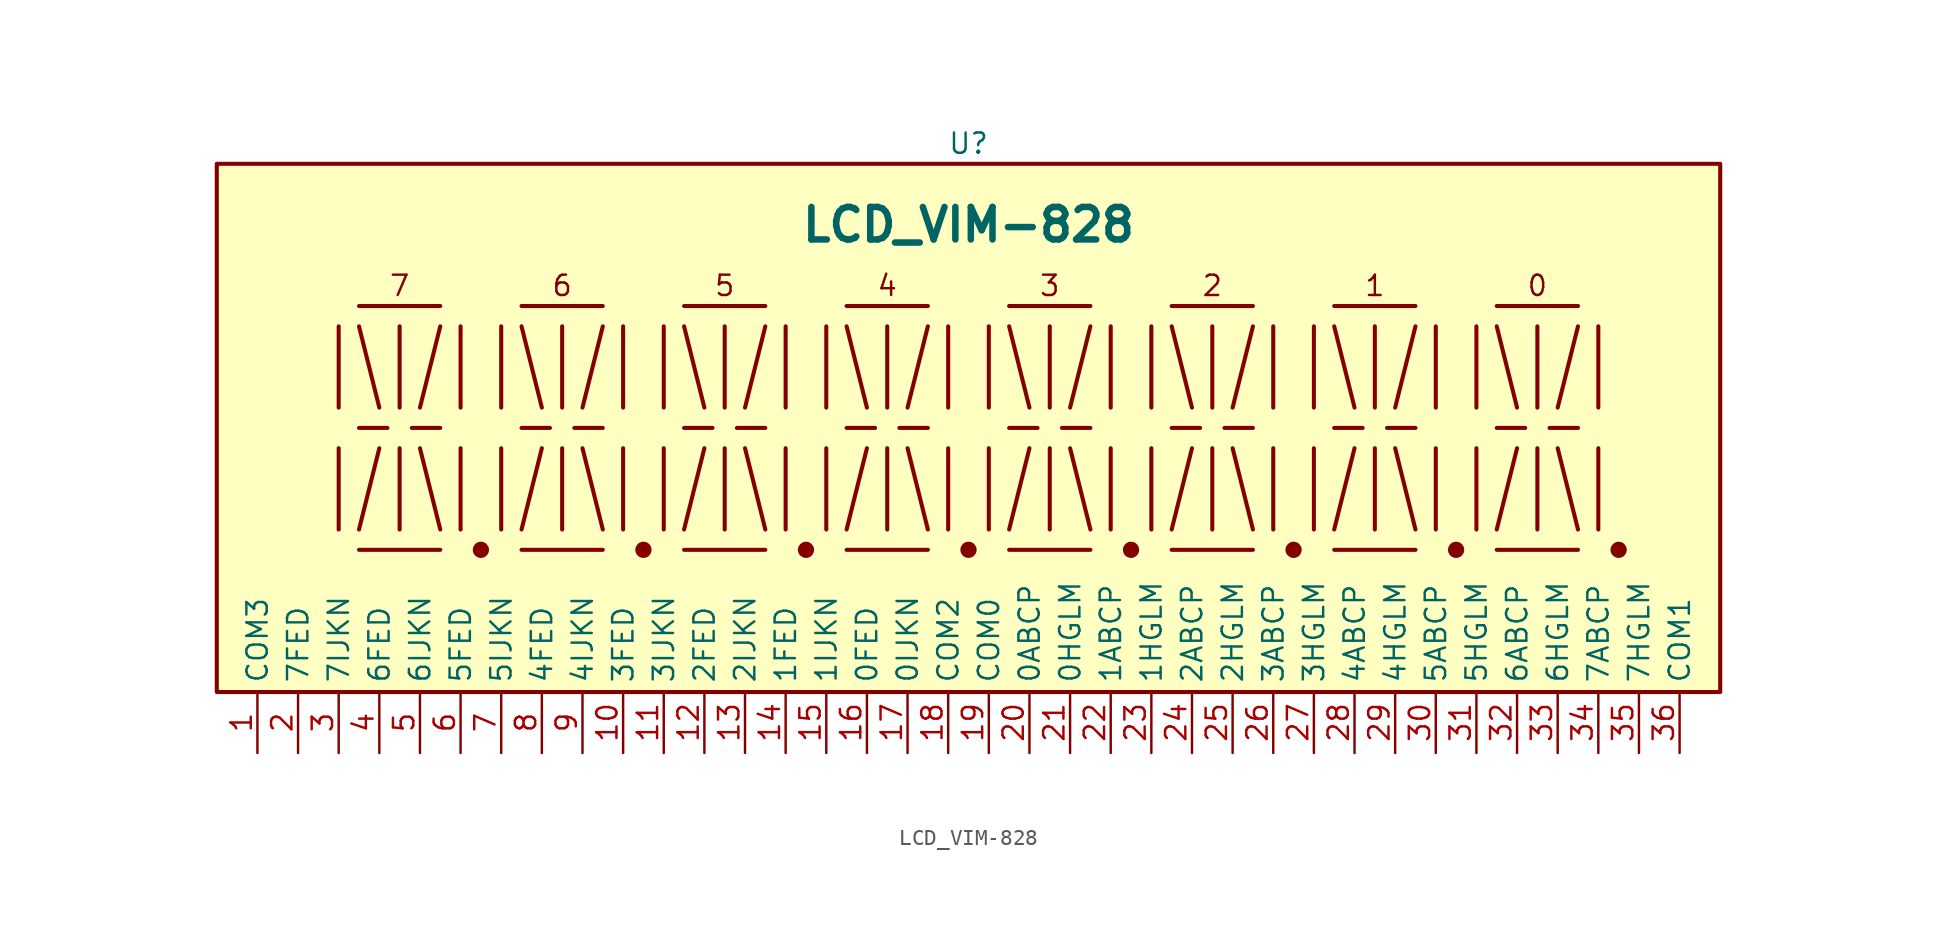
<source format=kicad_sym>
(kicad_symbol_lib
  (version 20231120)
  (generator "kicad_symbol_editor")
  (generator_version "8.0")
  (symbol "LCD_VIM-828"
    (property "Reference" "U"
      (at 0 17.78 0)
      (effects (font (size 1.27 1.27))))
    (property "Value" "LCD_VIM-828"
      (at 0 12.7 0)
      (effects (font (size 2.032 2.032) (bold yes))))
    (symbol "LCD_VIM-828_0_0"
      (text "0" (at 35.56 8.89 0) (effects (font (size 1.27 1.27)))))
    (symbol "LCD_VIM-828_0_1"
      (rectangle (start -46.99 16.51) (end 46.99 -16.51) (stroke (width 0.254) (type default)) (fill (type background))))
    (symbol "LCD_VIM-828_1_0"
      (circle (center -30.48 -7.62) (radius 0.0001) (stroke (width 0.508) (type default)) (fill (type none)))
      (circle (center -20.32 -7.62) (radius 0.0001) (stroke (width 0.508) (type default)) (fill (type none)))
      (circle (center -10.16 -7.62) (radius 0.0001) (stroke (width 0.508) (type default)) (fill (type none)))
      (circle (center 0 -7.62) (radius 0.0001) (stroke (width 0.508) (type default)) (fill (type none)))
      (polyline (pts (xy -39.37 -1.27) (xy -39.37 -6.35)) (stroke (width 0.254) (type default)) (fill (type none)))
      (polyline (pts (xy -39.37 6.35) (xy -39.37 1.27)) (stroke (width 0.254) (type default)) (fill (type none)))
      (polyline (pts (xy -38.1 -7.62) (xy -33.02 -7.62)) (stroke (width 0.254) (type default)) (fill (type none)))
      (polyline (pts (xy -38.1 0) (xy -36.322 0)) (stroke (width 0.254) (type default)) (fill (type none)))
      (polyline (pts (xy -38.1 6.35) (xy -36.83 1.27)) (stroke (width 0.254) (type default)) (fill (type none)))
      (polyline (pts (xy -38.1 7.62) (xy -33.02 7.62)) (stroke (width 0.254) (type default)) (fill (type none)))
      (polyline (pts (xy -36.83 -1.27) (xy -38.1 -6.35)) (stroke (width 0.254) (type default)) (fill (type none)))
      (polyline (pts (xy -35.56 -1.27) (xy -35.56 -6.35)) (stroke (width 0.254) (type default)) (fill (type none)))
      (polyline (pts (xy -35.56 6.35) (xy -35.56 1.27)) (stroke (width 0.254) (type default)) (fill (type none)))
      (polyline (pts (xy -34.798 0) (xy -33.02 0)) (stroke (width 0.254) (type default)) (fill (type none)))
      (polyline (pts (xy -34.29 -1.27) (xy -33.02 -6.35)) (stroke (width 0.254) (type default)) (fill (type none)))
      (polyline (pts (xy -34.29 1.27) (xy -33.02 6.35)) (stroke (width 0.254) (type default)) (fill (type none)))
      (polyline (pts (xy -31.75 -1.27) (xy -31.75 -6.35)) (stroke (width 0.254) (type default)) (fill (type none)))
      (polyline (pts (xy -31.75 6.35) (xy -31.75 1.27)) (stroke (width 0.254) (type default)) (fill (type none)))
      (polyline (pts (xy -29.21 -1.27) (xy -29.21 -6.35)) (stroke (width 0.254) (type default)) (fill (type none)))
      (polyline (pts (xy -29.21 6.35) (xy -29.21 1.27)) (stroke (width 0.254) (type default)) (fill (type none)))
      (polyline (pts (xy -27.94 -7.62) (xy -22.86 -7.62)) (stroke (width 0.254) (type default)) (fill (type none)))
      (polyline (pts (xy -27.94 0) (xy -26.162 0)) (stroke (width 0.254) (type default)) (fill (type none)))
      (polyline (pts (xy -27.94 6.35) (xy -26.67 1.27)) (stroke (width 0.254) (type default)) (fill (type none)))
      (polyline (pts (xy -27.94 7.62) (xy -22.86 7.62)) (stroke (width 0.254) (type default)) (fill (type none)))
      (polyline (pts (xy -26.67 -1.27) (xy -27.94 -6.35)) (stroke (width 0.254) (type default)) (fill (type none)))
      (polyline (pts (xy -25.4 -1.27) (xy -25.4 -6.35)) (stroke (width 0.254) (type default)) (fill (type none)))
      (polyline (pts (xy -25.4 6.35) (xy -25.4 1.27)) (stroke (width 0.254) (type default)) (fill (type none)))
      (polyline (pts (xy -24.638 0) (xy -22.86 0)) (stroke (width 0.254) (type default)) (fill (type none)))
      (polyline (pts (xy -24.13 -1.27) (xy -22.86 -6.35)) (stroke (width 0.254) (type default)) (fill (type none)))
      (polyline (pts (xy -24.13 1.27) (xy -22.86 6.35)) (stroke (width 0.254) (type default)) (fill (type none)))
      (polyline (pts (xy -21.59 -1.27) (xy -21.59 -6.35)) (stroke (width 0.254) (type default)) (fill (type none)))
      (polyline (pts (xy -21.59 6.35) (xy -21.59 1.27)) (stroke (width 0.254) (type default)) (fill (type none)))
      (polyline (pts (xy -19.05 -1.27) (xy -19.05 -6.35)) (stroke (width 0.254) (type default)) (fill (type none)))
      (polyline (pts (xy -19.05 6.35) (xy -19.05 1.27)) (stroke (width 0.254) (type default)) (fill (type none)))
      (polyline (pts (xy -17.78 -7.62) (xy -12.7 -7.62)) (stroke (width 0.254) (type default)) (fill (type none)))
      (polyline (pts (xy -17.78 0) (xy -16.002 0)) (stroke (width 0.254) (type default)) (fill (type none)))
      (polyline (pts (xy -17.78 6.35) (xy -16.51 1.27)) (stroke (width 0.254) (type default)) (fill (type none)))
      (polyline (pts (xy -17.78 7.62) (xy -12.7 7.62)) (stroke (width 0.254) (type default)) (fill (type none)))
      (polyline (pts (xy -16.51 -1.27) (xy -17.78 -6.35)) (stroke (width 0.254) (type default)) (fill (type none)))
      (polyline (pts (xy -15.24 -1.27) (xy -15.24 -6.35)) (stroke (width 0.254) (type default)) (fill (type none)))
      (polyline (pts (xy -15.24 6.35) (xy -15.24 1.27)) (stroke (width 0.254) (type default)) (fill (type none)))
      (polyline (pts (xy -14.478 0) (xy -12.7 0)) (stroke (width 0.254) (type default)) (fill (type none)))
      (polyline (pts (xy -13.97 -1.27) (xy -12.7 -6.35)) (stroke (width 0.254) (type default)) (fill (type none)))
      (polyline (pts (xy -13.97 1.27) (xy -12.7 6.35)) (stroke (width 0.254) (type default)) (fill (type none)))
      (polyline (pts (xy -11.43 -1.27) (xy -11.43 -6.35)) (stroke (width 0.254) (type default)) (fill (type none)))
      (polyline (pts (xy -11.43 6.35) (xy -11.43 1.27)) (stroke (width 0.254) (type default)) (fill (type none)))
      (polyline (pts (xy -8.89 -1.27) (xy -8.89 -6.35)) (stroke (width 0.254) (type default)) (fill (type none)))
      (polyline (pts (xy -8.89 6.35) (xy -8.89 1.27)) (stroke (width 0.254) (type default)) (fill (type none)))
      (polyline (pts (xy -7.62 -7.62) (xy -2.54 -7.62)) (stroke (width 0.254) (type default)) (fill (type none)))
      (polyline (pts (xy -7.62 0) (xy -5.842 0)) (stroke (width 0.254) (type default)) (fill (type none)))
      (polyline (pts (xy -7.62 6.35) (xy -6.35 1.27)) (stroke (width 0.254) (type default)) (fill (type none)))
      (polyline (pts (xy -7.62 7.62) (xy -2.54 7.62)) (stroke (width 0.254) (type default)) (fill (type none)))
      (polyline (pts (xy -6.35 -1.27) (xy -7.62 -6.35)) (stroke (width 0.254) (type default)) (fill (type none)))
      (polyline (pts (xy -5.08 -1.27) (xy -5.08 -6.35)) (stroke (width 0.254) (type default)) (fill (type none)))
      (polyline (pts (xy -5.08 6.35) (xy -5.08 1.27)) (stroke (width 0.254) (type default)) (fill (type none)))
      (polyline (pts (xy -4.318 0) (xy -2.54 0)) (stroke (width 0.254) (type default)) (fill (type none)))
      (polyline (pts (xy -3.81 -1.27) (xy -2.54 -6.35)) (stroke (width 0.254) (type default)) (fill (type none)))
      (polyline (pts (xy -3.81 1.27) (xy -2.54 6.35)) (stroke (width 0.254) (type default)) (fill (type none)))
      (polyline (pts (xy -1.27 -1.27) (xy -1.27 -6.35)) (stroke (width 0.254) (type default)) (fill (type none)))
      (polyline (pts (xy -1.27 6.35) (xy -1.27 1.27)) (stroke (width 0.254) (type default)) (fill (type none)))
      (polyline (pts (xy 1.27 -1.27) (xy 1.27 -6.35)) (stroke (width 0.254) (type default)) (fill (type none)))
      (polyline (pts (xy 1.27 6.35) (xy 1.27 1.27)) (stroke (width 0.254) (type default)) (fill (type none)))
      (polyline (pts (xy 2.54 -7.62) (xy 7.62 -7.62)) (stroke (width 0.254) (type default)) (fill (type none)))
      (polyline (pts (xy 2.54 0) (xy 4.318 0)) (stroke (width 0.254) (type default)) (fill (type none)))
      (polyline (pts (xy 2.54 6.35) (xy 3.81 1.27)) (stroke (width 0.254) (type default)) (fill (type none)))
      (polyline (pts (xy 2.54 7.62) (xy 7.62 7.62)) (stroke (width 0.254) (type default)) (fill (type none)))
      (polyline (pts (xy 3.81 -1.27) (xy 2.54 -6.35)) (stroke (width 0.254) (type default)) (fill (type none)))
      (polyline (pts (xy 5.08 -1.27) (xy 5.08 -6.35)) (stroke (width 0.254) (type default)) (fill (type none)))
      (polyline (pts (xy 5.08 6.35) (xy 5.08 1.27)) (stroke (width 0.254) (type default)) (fill (type none)))
      (polyline (pts (xy 5.842 0) (xy 7.62 0)) (stroke (width 0.254) (type default)) (fill (type none)))
      (polyline (pts (xy 6.35 -1.27) (xy 7.62 -6.35)) (stroke (width 0.254) (type default)) (fill (type none)))
      (polyline (pts (xy 6.35 1.27) (xy 7.62 6.35)) (stroke (width 0.254) (type default)) (fill (type none)))
      (polyline (pts (xy 8.89 -1.27) (xy 8.89 -6.35)) (stroke (width 0.254) (type default)) (fill (type none)))
      (polyline (pts (xy 8.89 6.35) (xy 8.89 1.27)) (stroke (width 0.254) (type default)) (fill (type none)))
      (polyline (pts (xy 11.43 -1.27) (xy 11.43 -6.35)) (stroke (width 0.254) (type default)) (fill (type none)))
      (polyline (pts (xy 11.43 6.35) (xy 11.43 1.27)) (stroke (width 0.254) (type default)) (fill (type none)))
      (polyline (pts (xy 12.7 -7.62) (xy 17.78 -7.62)) (stroke (width 0.254) (type default)) (fill (type none)))
      (polyline (pts (xy 12.7 0) (xy 14.478 0)) (stroke (width 0.254) (type default)) (fill (type none)))
      (polyline (pts (xy 12.7 6.35) (xy 13.97 1.27)) (stroke (width 0.254) (type default)) (fill (type none)))
      (polyline (pts (xy 12.7 7.62) (xy 17.78 7.62)) (stroke (width 0.254) (type default)) (fill (type none)))
      (polyline (pts (xy 13.97 -1.27) (xy 12.7 -6.35)) (stroke (width 0.254) (type default)) (fill (type none)))
      (polyline (pts (xy 15.24 -1.27) (xy 15.24 -6.35)) (stroke (width 0.254) (type default)) (fill (type none)))
      (polyline (pts (xy 15.24 6.35) (xy 15.24 1.27)) (stroke (width 0.254) (type default)) (fill (type none)))
      (polyline (pts (xy 16.002 0) (xy 17.78 0)) (stroke (width 0.254) (type default)) (fill (type none)))
      (polyline (pts (xy 16.51 -1.27) (xy 17.78 -6.35)) (stroke (width 0.254) (type default)) (fill (type none)))
      (polyline (pts (xy 16.51 1.27) (xy 17.78 6.35)) (stroke (width 0.254) (type default)) (fill (type none)))
      (polyline (pts (xy 19.05 -1.27) (xy 19.05 -6.35)) (stroke (width 0.254) (type default)) (fill (type none)))
      (polyline (pts (xy 19.05 6.35) (xy 19.05 1.27)) (stroke (width 0.254) (type default)) (fill (type none)))
      (polyline (pts (xy 21.59 -1.27) (xy 21.59 -6.35)) (stroke (width 0.254) (type default)) (fill (type none)))
      (polyline (pts (xy 21.59 6.35) (xy 21.59 1.27)) (stroke (width 0.254) (type default)) (fill (type none)))
      (polyline (pts (xy 22.86 -7.62) (xy 27.94 -7.62)) (stroke (width 0.254) (type default)) (fill (type none)))
      (polyline (pts (xy 22.86 0) (xy 24.638 0)) (stroke (width 0.254) (type default)) (fill (type none)))
      (polyline (pts (xy 22.86 6.35) (xy 24.13 1.27)) (stroke (width 0.254) (type default)) (fill (type none)))
      (polyline (pts (xy 22.86 7.62) (xy 27.94 7.62)) (stroke (width 0.254) (type default)) (fill (type none)))
      (polyline (pts (xy 24.13 -1.27) (xy 22.86 -6.35)) (stroke (width 0.254) (type default)) (fill (type none)))
      (polyline (pts (xy 25.4 -1.27) (xy 25.4 -6.35)) (stroke (width 0.254) (type default)) (fill (type none)))
      (polyline (pts (xy 25.4 6.35) (xy 25.4 1.27)) (stroke (width 0.254) (type default)) (fill (type none)))
      (polyline (pts (xy 26.162 0) (xy 27.94 0)) (stroke (width 0.254) (type default)) (fill (type none)))
      (polyline (pts (xy 26.67 -1.27) (xy 27.94 -6.35)) (stroke (width 0.254) (type default)) (fill (type none)))
      (polyline (pts (xy 26.67 1.27) (xy 27.94 6.35)) (stroke (width 0.254) (type default)) (fill (type none)))
      (polyline (pts (xy 29.21 -1.27) (xy 29.21 -6.35)) (stroke (width 0.254) (type default)) (fill (type none)))
      (polyline (pts (xy 29.21 6.35) (xy 29.21 1.27)) (stroke (width 0.254) (type default)) (fill (type none)))
      (polyline (pts (xy 31.75 -1.27) (xy 31.75 -6.35)) (stroke (width 0.254) (type default)) (fill (type none)))
      (polyline (pts (xy 31.75 6.35) (xy 31.75 1.27)) (stroke (width 0.254) (type default)) (fill (type none)))
      (polyline (pts (xy 33.02 -7.62) (xy 38.1 -7.62)) (stroke (width 0.254) (type default)) (fill (type none)))
      (polyline (pts (xy 33.02 0) (xy 34.798 0)) (stroke (width 0.254) (type default)) (fill (type none)))
      (polyline (pts (xy 33.02 6.35) (xy 34.29 1.27)) (stroke (width 0.254) (type default)) (fill (type none)))
      (polyline (pts (xy 33.02 7.62) (xy 38.1 7.62)) (stroke (width 0.254) (type default)) (fill (type none)))
      (polyline (pts (xy 34.29 -1.27) (xy 33.02 -6.35)) (stroke (width 0.254) (type default)) (fill (type none)))
      (polyline (pts (xy 35.56 -1.27) (xy 35.56 -6.35)) (stroke (width 0.254) (type default)) (fill (type none)))
      (polyline (pts (xy 35.56 6.35) (xy 35.56 1.27)) (stroke (width 0.254) (type default)) (fill (type none)))
      (polyline (pts (xy 36.322 0) (xy 38.1 0)) (stroke (width 0.254) (type default)) (fill (type none)))
      (polyline (pts (xy 36.83 -1.27) (xy 38.1 -6.35)) (stroke (width 0.254) (type default)) (fill (type none)))
      (polyline (pts (xy 36.83 1.27) (xy 38.1 6.35)) (stroke (width 0.254) (type default)) (fill (type none)))
      (polyline (pts (xy 39.37 -1.27) (xy 39.37 -6.35)) (stroke (width 0.254) (type default)) (fill (type none)))
      (polyline (pts (xy 39.37 6.35) (xy 39.37 1.27)) (stroke (width 0.254) (type default)) (fill (type none)))
      (circle (center 10.16 -7.62) (radius 0.0001) (stroke (width 0.508) (type default)) (fill (type none)))
      (circle (center 20.32 -7.62) (radius 0.0001) (stroke (width 0.508) (type default)) (fill (type none)))
      (circle (center 30.48 -7.62) (radius 0.0001) (stroke (width 0.508) (type default)) (fill (type none)))
      (circle (center 40.64 -7.62) (radius 0.0001) (stroke (width 0.508) (type default)) (fill (type none)))
      (text "1" (at 25.4 8.89 0) (effects (font (size 1.27 1.27))))
      (text "2" (at 15.24 8.89 0) (effects (font (size 1.27 1.27))))
      (text "3" (at 5.08 8.89 0) (effects (font (size 1.27 1.27))))
      (text "4" (at -5.08 8.89 0) (effects (font (size 1.27 1.27))))
      (text "5" (at -15.24 8.89 0) (effects (font (size 1.27 1.27))))
      (text "6" (at -25.4 8.89 0) (effects (font (size 1.27 1.27))))
      (text "7" (at -35.56 8.89 0) (effects (font (size 1.27 1.27)))))
    (symbol "LCD_VIM-828_1_1"
      (pin passive line (at -44.45 -20.32 90) (length 3.81) (name "COM3" (effects (font (size 1.27 1.27)))) (number "1" (effects (font (size 1.27 1.27)))))
      (pin passive line (at -21.59 -20.32 90) (length 3.81) (name "3FED" (effects (font (size 1.27 1.27)))) (number "10" (effects (font (size 1.27 1.27)))))
      (pin passive line (at -19.05 -20.32 90) (length 3.81) (name "3IJKN" (effects (font (size 1.27 1.27)))) (number "11" (effects (font (size 1.27 1.27)))))
      (pin passive line (at -16.51 -20.32 90) (length 3.81) (name "2FED" (effects (font (size 1.27 1.27)))) (number "12" (effects (font (size 1.27 1.27)))))
      (pin passive line (at -13.97 -20.32 90) (length 3.81) (name "2IJKN" (effects (font (size 1.27 1.27)))) (number "13" (effects (font (size 1.27 1.27)))))
      (pin passive line (at -11.43 -20.32 90) (length 3.81) (name "1FED" (effects (font (size 1.27 1.27)))) (number "14" (effects (font (size 1.27 1.27)))))
      (pin passive line (at -8.89 -20.32 90) (length 3.81) (name "1IJKN" (effects (font (size 1.27 1.27)))) (number "15" (effects (font (size 1.27 1.27)))))
      (pin passive line (at -6.35 -20.32 90) (length 3.81) (name "0FED" (effects (font (size 1.27 1.27)))) (number "16" (effects (font (size 1.27 1.27)))))
      (pin passive line (at -3.81 -20.32 90) (length 3.81) (name "0IJKN" (effects (font (size 1.27 1.27)))) (number "17" (effects (font (size 1.27 1.27)))))
      (pin passive line (at -1.27 -20.32 90) (length 3.81) (name "COM2" (effects (font (size 1.27 1.27)))) (number "18" (effects (font (size 1.27 1.27)))))
      (pin passive line (at 1.27 -20.32 90) (length 3.81) (name "COM0" (effects (font (size 1.27 1.27)))) (number "19" (effects (font (size 1.27 1.27)))))
      (pin passive line (at -41.91 -20.32 90) (length 3.81) (name "7FED" (effects (font (size 1.27 1.27)))) (number "2" (effects (font (size 1.27 1.27)))))
      (pin passive line (at 3.81 -20.32 90) (length 3.81) (name "0ABCP" (effects (font (size 1.27 1.27)))) (number "20" (effects (font (size 1.27 1.27)))))
      (pin passive line (at 6.35 -20.32 90) (length 3.81) (name "0HGLM" (effects (font (size 1.27 1.27)))) (number "21" (effects (font (size 1.27 1.27)))))
      (pin passive line (at 8.89 -20.32 90) (length 3.81) (name "1ABCP" (effects (font (size 1.27 1.27)))) (number "22" (effects (font (size 1.27 1.27)))))
      (pin passive line (at 11.43 -20.32 90) (length 3.81) (name "1HGLM" (effects (font (size 1.27 1.27)))) (number "23" (effects (font (size 1.27 1.27)))))
      (pin passive line (at 13.97 -20.32 90) (length 3.81) (name "2ABCP" (effects (font (size 1.27 1.27)))) (number "24" (effects (font (size 1.27 1.27)))))
      (pin passive line (at 16.51 -20.32 90) (length 3.81) (name "2HGLM" (effects (font (size 1.27 1.27)))) (number "25" (effects (font (size 1.27 1.27)))))
      (pin passive line (at 19.05 -20.32 90) (length 3.81) (name "3ABCP" (effects (font (size 1.27 1.27)))) (number "26" (effects (font (size 1.27 1.27)))))
      (pin passive line (at 21.59 -20.32 90) (length 3.81) (name "3HGLM" (effects (font (size 1.27 1.27)))) (number "27" (effects (font (size 1.27 1.27)))))
      (pin passive line (at 24.13 -20.32 90) (length 3.81) (name "4ABCP" (effects (font (size 1.27 1.27)))) (number "28" (effects (font (size 1.27 1.27)))))
      (pin passive line (at 26.67 -20.32 90) (length 3.81) (name "4HGLM" (effects (font (size 1.27 1.27)))) (number "29" (effects (font (size 1.27 1.27)))))
      (pin passive line (at -39.37 -20.32 90) (length 3.81) (name "7IJKN" (effects (font (size 1.27 1.27)))) (number "3" (effects (font (size 1.27 1.27)))))
      (pin passive line (at 29.21 -20.32 90) (length 3.81) (name "5ABCP" (effects (font (size 1.27 1.27)))) (number "30" (effects (font (size 1.27 1.27)))))
      (pin passive line (at 31.75 -20.32 90) (length 3.81) (name "5HGLM" (effects (font (size 1.27 1.27)))) (number "31" (effects (font (size 1.27 1.27)))))
      (pin passive line (at 34.29 -20.32 90) (length 3.81) (name "6ABCP" (effects (font (size 1.27 1.27)))) (number "32" (effects (font (size 1.27 1.27)))))
      (pin passive line (at 36.83 -20.32 90) (length 3.81) (name "6HGLM" (effects (font (size 1.27 1.27)))) (number "33" (effects (font (size 1.27 1.27)))))
      (pin passive line (at 39.37 -20.32 90) (length 3.81) (name "7ABCP" (effects (font (size 1.27 1.27)))) (number "34" (effects (font (size 1.27 1.27)))))
      (pin passive line (at 41.91 -20.32 90) (length 3.81) (name "7HGLM" (effects (font (size 1.27 1.27)))) (number "35" (effects (font (size 1.27 1.27)))))
      (pin passive line (at 44.45 -20.32 90) (length 3.81) (name "COM1" (effects (font (size 1.27 1.27)))) (number "36" (effects (font (size 1.27 1.27)))))
      (pin passive line (at -36.83 -20.32 90) (length 3.81) (name "6FED" (effects (font (size 1.27 1.27)))) (number "4" (effects (font (size 1.27 1.27)))))
      (pin passive line (at -34.29 -20.32 90) (length 3.81) (name "6IJKN" (effects (font (size 1.27 1.27)))) (number "5" (effects (font (size 1.27 1.27)))))
      (pin passive line (at -31.75 -20.32 90) (length 3.81) (name "5FED" (effects (font (size 1.27 1.27)))) (number "6" (effects (font (size 1.27 1.27)))))
      (pin passive line (at -29.21 -20.32 90) (length 3.81) (name "5IJKN" (effects (font (size 1.27 1.27)))) (number "7" (effects (font (size 1.27 1.27)))))
      (pin passive line (at -26.67 -20.32 90) (length 3.81) (name "4FED" (effects (font (size 1.27 1.27)))) (number "8" (effects (font (size 1.27 1.27)))))
      (pin passive line (at -24.13 -20.32 90) (length 3.81) (name "4IJKN" (effects (font (size 1.27 1.27)))) (number "9" (effects (font (size 1.27 1.27))))))))
</source>
